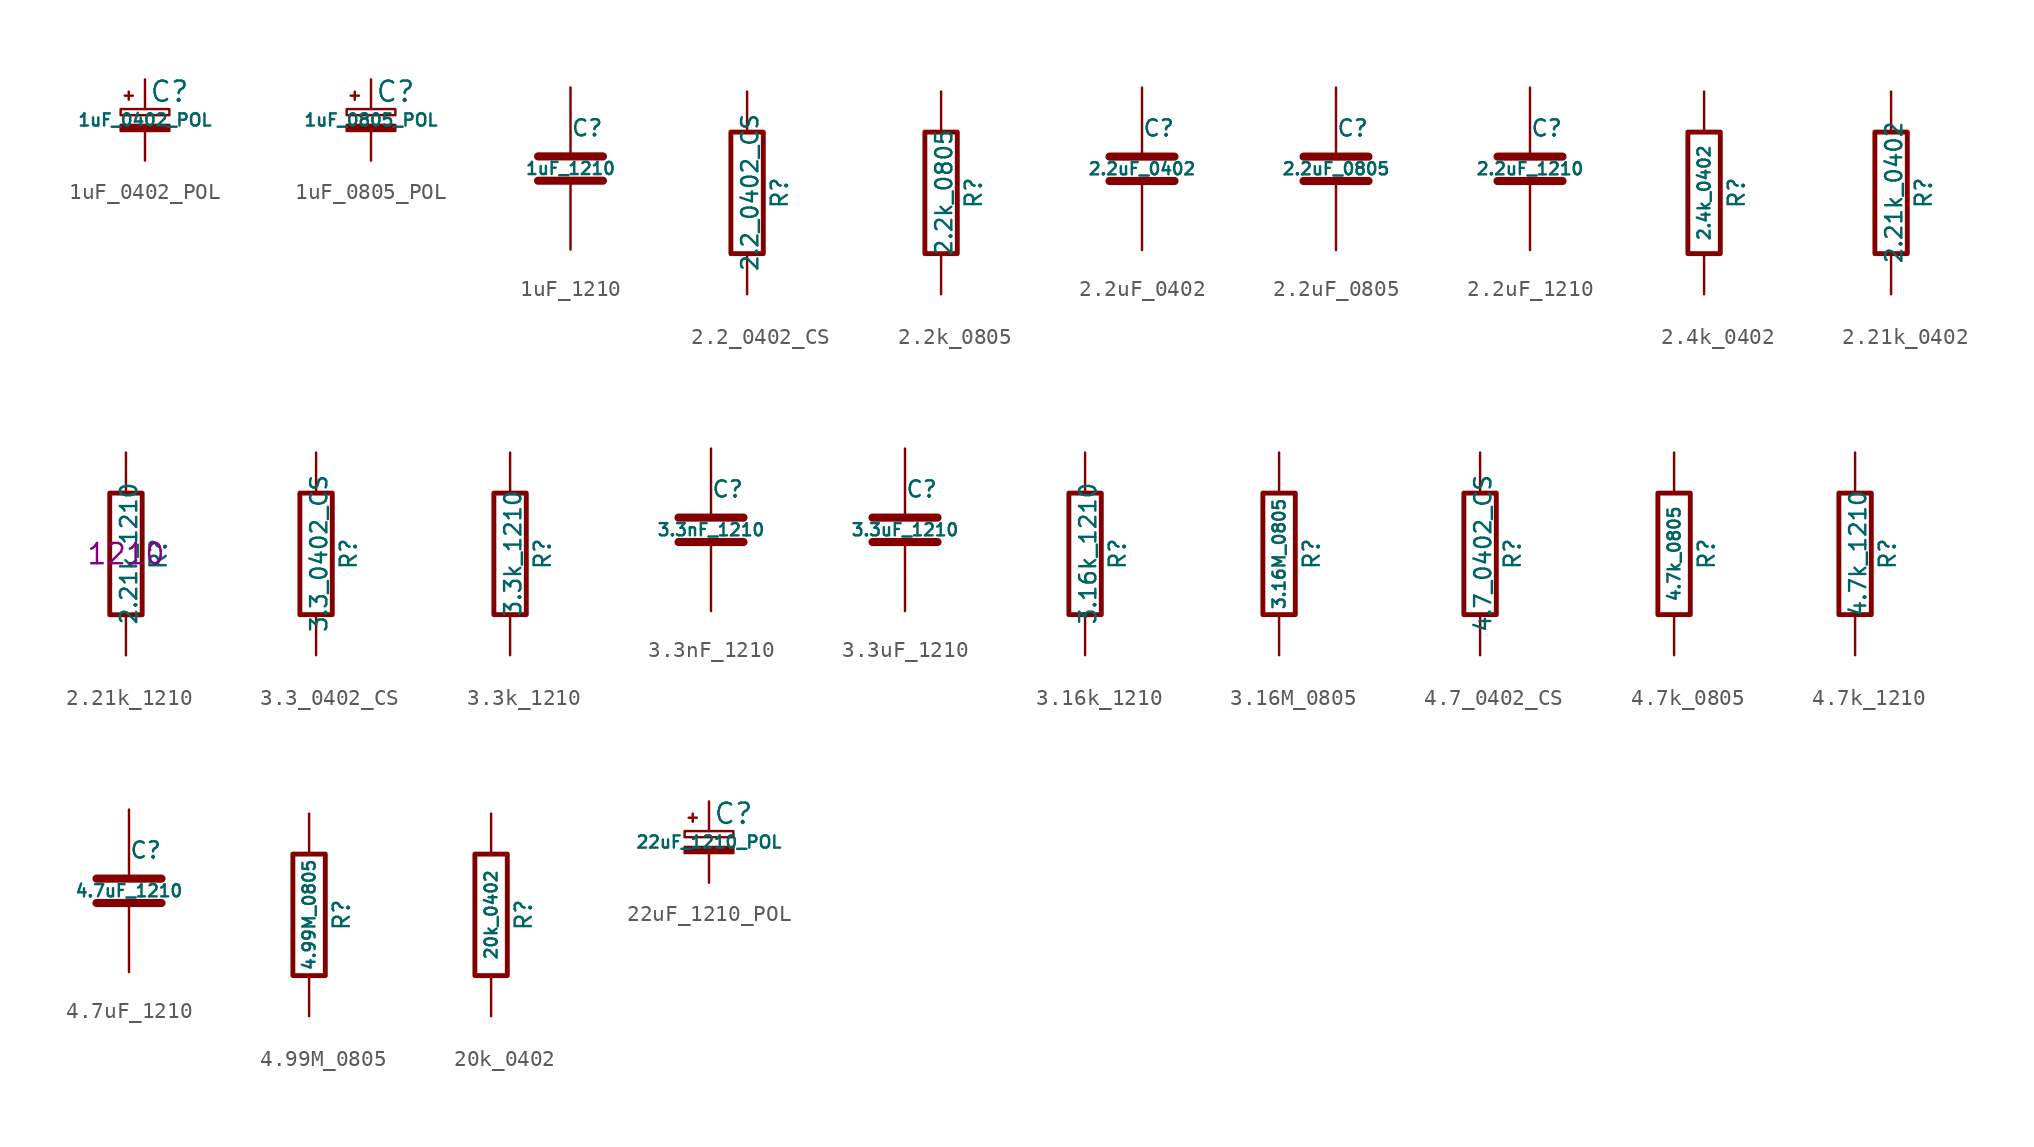
<source format=kicad_sym>
(kicad_symbol_lib
  (version 20211014)
  (generator kicad_symbol_editor)
  (symbol "1uF_0402_POL"
    (pin_numbers hide)
    (pin_names
      (offset 0.254) hide)
    (property "Reference" "C"
      (at 0.254 1.778 0)
      (effects (font (size 1.27 1.27)) (justify left)))
    (property "Value" "1uF_0402_POL"
      (at 0 0 0)
      (effects (font (size 0.762 0.762))))
    (symbol "1uF_0402_POL_0_1"
      (rectangle (start -1.524 -0.305) (end 1.524 -0.686) (stroke (width 0) (type default) (color 0 0 0 0)) (fill (type outline)))
      (rectangle (start -1.524 0.686) (end 1.524 0.305) (stroke (width 0) (type default) (color 0 0 0 0)) (fill (type none)))
      (polyline (pts (xy -1.27 1.524) (xy -0.762 1.524)) (stroke (width 0) (type default) (color 0 0 0 0)) (fill (type none)))
      (polyline (pts (xy -1.016 1.27) (xy -1.016 1.778)) (stroke (width 0) (type default) (color 0 0 0 0)) (fill (type none))))
    (symbol "1uF_0402_POL_1_1"
      (pin passive line (at 0 2.54 270) (length 1.854) (name "~" (effects (font (size 1.016 1.016)))) (number "1" (effects (font (size 1.016 1.016)))))
      (pin passive line (at 0 -2.54 90) (length 1.854) (name "~" (effects (font (size 1.016 1.016)))) (number "2" (effects (font (size 1.016 1.016)))))))
  (symbol "1uF_0805_POL"
    (pin_numbers hide)
    (pin_names
      (offset 0.254) hide)
    (property "Reference" "C"
      (at 0.254 1.778 0)
      (effects (font (size 1.27 1.27)) (justify left)))
    (property "Value" "1uF_0805_POL"
      (at 0 0 0)
      (effects (font (size 0.762 0.762))))
    (symbol "1uF_0805_POL_0_1"
      (rectangle (start -1.524 -0.305) (end 1.524 -0.686) (stroke (width 0) (type default) (color 0 0 0 0)) (fill (type outline)))
      (rectangle (start -1.524 0.686) (end 1.524 0.305) (stroke (width 0) (type default) (color 0 0 0 0)) (fill (type none)))
      (polyline (pts (xy -1.27 1.524) (xy -0.762 1.524)) (stroke (width 0) (type default) (color 0 0 0 0)) (fill (type none)))
      (polyline (pts (xy -1.016 1.27) (xy -1.016 1.778)) (stroke (width 0) (type default) (color 0 0 0 0)) (fill (type none))))
    (symbol "1uF_0805_POL_1_1"
      (pin passive line (at 0 2.54 270) (length 1.854) (name "~" (effects (font (size 1.016 1.016)))) (number "1" (effects (font (size 1.016 1.016)))))
      (pin passive line (at 0 -2.54 90) (length 1.854) (name "~" (effects (font (size 1.016 1.016)))) (number "2" (effects (font (size 1.016 1.016)))))))
  (symbol "1uF_1210"
    (pin_numbers hide)
    (pin_names
      (offset 0.254))
    (property "Reference" "C"
      (at 0 2.54 0)
      (effects (font (size 1.016 1.016)) (justify left)))
    (property "Value" "1uF_1210"
      (at 0 0 0)
      (effects (font (size 0.762 0.762))))
    (property "Datasheet" ""
      (at 0 0 0)
      (effects (font (size 1.524 1.524))))
    (symbol "1uF_1210_0_1"
      (polyline (pts (xy -2.032 -0.762) (xy 2.032 -0.762)) (stroke (width 0.508) (type default) (color 0 0 0 0)) (fill (type none)))
      (polyline (pts (xy -2.032 0.762) (xy 2.032 0.762)) (stroke (width 0.508) (type default) (color 0 0 0 0)) (fill (type none))))
    (symbol "1uF_1210_1_1"
      (pin passive line (at 0 5.08 270) (length 4.318) (name "~" (effects (font (size 1.016 1.016)))) (number "1" (effects (font (size 1.016 1.016)))))
      (pin passive line (at 0 -5.08 90) (length 4.318) (name "~" (effects (font (size 1.016 1.016)))) (number "2" (effects (font (size 1.016 1.016)))))))
  (symbol "2.2_0402_CS"
    (pin_numbers hide)
    (pin_names
      (offset 0))
    (property "Reference" "R"
      (at 2.032 0 90)
      (effects (font (size 1.016 1.016))))
    (property "Value" "2.2_0402_CS"
      (at 0.178 0.025 90)
      (effects (font (size 1.016 1.016))))
    (property "Datasheet" ""
      (at 0 0 0)
      (effects (font (size 0.762 0.762))))
    (symbol "2.2_0402_CS_0_1"
      (rectangle (start -1.016 3.81) (end 1.016 -3.81) (stroke (width 0.305) (type default) (color 0 0 0 0)) (fill (type none))))
    (symbol "2.2_0402_CS_1_1"
      (pin passive line (at 0 6.35 270) (length 2.54) (name "~" (effects (font (size 1.524 1.524)))) (number "1" (effects (font (size 1.524 1.524)))))
      (pin passive line (at 0 -6.35 90) (length 2.54) (name "~" (effects (font (size 1.524 1.524)))) (number "2" (effects (font (size 1.524 1.524)))))))
  (symbol "2.2k_0805"
    (pin_numbers hide)
    (pin_names
      (offset 0))
    (property "Reference" "R"
      (at 2.032 0 90)
      (effects (font (size 1.016 1.016))))
    (property "Value" "2.2k_0805"
      (at 0.178 0.025 90)
      (effects (font (size 1.016 1.016))))
    (property "Datasheet" ""
      (at 0 0 0)
      (effects (font (size 0.762 0.762))))
    (symbol "2.2k_0805_0_1"
      (rectangle (start -1.016 3.81) (end 1.016 -3.81) (stroke (width 0.305) (type default) (color 0 0 0 0)) (fill (type none))))
    (symbol "2.2k_0805_1_1"
      (pin passive line (at 0 6.35 270) (length 2.54) (name "~" (effects (font (size 1.524 1.524)))) (number "1" (effects (font (size 1.524 1.524)))))
      (pin passive line (at 0 -6.35 90) (length 2.54) (name "~" (effects (font (size 1.524 1.524)))) (number "2" (effects (font (size 1.524 1.524)))))))
  (symbol "2.2uF_0402"
    (pin_numbers hide)
    (pin_names
      (offset 0.254))
    (property "Reference" "C"
      (at 0 2.54 0)
      (effects (font (size 1.016 1.016)) (justify left)))
    (property "Value" "2.2uF_0402"
      (at 0 0 0)
      (effects (font (size 0.762 0.762))))
    (property "Datasheet" ""
      (at 0 0 0)
      (effects (font (size 1.524 1.524))))
    (symbol "2.2uF_0402_0_1"
      (polyline (pts (xy -2.032 -0.762) (xy 2.032 -0.762)) (stroke (width 0.508) (type default) (color 0 0 0 0)) (fill (type none)))
      (polyline (pts (xy -2.032 0.762) (xy 2.032 0.762)) (stroke (width 0.508) (type default) (color 0 0 0 0)) (fill (type none))))
    (symbol "2.2uF_0402_1_1"
      (pin passive line (at 0 5.08 270) (length 4.318) (name "~" (effects (font (size 1.016 1.016)))) (number "1" (effects (font (size 1.016 1.016)))))
      (pin passive line (at 0 -5.08 90) (length 4.318) (name "~" (effects (font (size 1.016 1.016)))) (number "2" (effects (font (size 1.016 1.016)))))))
  (symbol "2.2uF_0805"
    (pin_numbers hide)
    (pin_names
      (offset 0.254))
    (property "Reference" "C"
      (at 0 2.54 0)
      (effects (font (size 1.016 1.016)) (justify left)))
    (property "Value" "2.2uF_0805"
      (at 0 0 0)
      (effects (font (size 0.762 0.762))))
    (property "Datasheet" ""
      (at 0 0 0)
      (effects (font (size 1.524 1.524))))
    (symbol "2.2uF_0805_0_1"
      (polyline (pts (xy -2.032 -0.762) (xy 2.032 -0.762)) (stroke (width 0.508) (type default) (color 0 0 0 0)) (fill (type none)))
      (polyline (pts (xy -2.032 0.762) (xy 2.032 0.762)) (stroke (width 0.508) (type default) (color 0 0 0 0)) (fill (type none))))
    (symbol "2.2uF_0805_1_1"
      (pin passive line (at 0 5.08 270) (length 4.318) (name "~" (effects (font (size 1.016 1.016)))) (number "1" (effects (font (size 1.016 1.016)))))
      (pin passive line (at 0 -5.08 90) (length 4.318) (name "~" (effects (font (size 1.016 1.016)))) (number "2" (effects (font (size 1.016 1.016)))))))
  (symbol "2.2uF_1210"
    (pin_numbers hide)
    (pin_names
      (offset 0.254))
    (property "Reference" "C"
      (at 0 2.54 0)
      (effects (font (size 1.016 1.016)) (justify left)))
    (property "Value" "2.2uF_1210"
      (at 0 0 0)
      (effects (font (size 0.762 0.762))))
    (property "Datasheet" ""
      (at 0 0 0)
      (effects (font (size 1.524 1.524))))
    (symbol "2.2uF_1210_0_1"
      (polyline (pts (xy -2.032 -0.762) (xy 2.032 -0.762)) (stroke (width 0.508) (type default) (color 0 0 0 0)) (fill (type none)))
      (polyline (pts (xy -2.032 0.762) (xy 2.032 0.762)) (stroke (width 0.508) (type default) (color 0 0 0 0)) (fill (type none))))
    (symbol "2.2uF_1210_1_1"
      (pin passive line (at 0 5.08 270) (length 4.318) (name "~" (effects (font (size 1.016 1.016)))) (number "1" (effects (font (size 1.016 1.016)))))
      (pin passive line (at 0 -5.08 90) (length 4.318) (name "~" (effects (font (size 1.016 1.016)))) (number "2" (effects (font (size 1.016 1.016)))))))
  (symbol "2.4k_0402"
    (pin_numbers hide)
    (pin_names
      (offset 0))
    (property "Reference" "R"
      (at 2.032 0 90)
      (effects (font (size 1.016 1.016))))
    (property "Value" "2.4k_0402"
      (at 0 0 90)
      (effects (font (size 0.762 0.762))))
    (property "Datasheet" ""
      (at 2.032 0 90)
      (effects (font (size 0.762 0.762))))
    (symbol "2.4k_0402_0_1"
      (rectangle (start -1.016 3.81) (end 1.016 -3.81) (stroke (width 0.305) (type default) (color 0 0 0 0)) (fill (type none))))
    (symbol "2.4k_0402_1_1"
      (pin passive line (at 0 6.35 270) (length 2.54) (name "~" (effects (font (size 1.524 1.524)))) (number "1" (effects (font (size 1.524 1.524)))))
      (pin passive line (at 0 -6.35 90) (length 2.54) (name "~" (effects (font (size 1.524 1.524)))) (number "2" (effects (font (size 1.524 1.524)))))))
  (symbol "2.21k_0402"
    (pin_numbers hide)
    (pin_names
      (offset 0))
    (property "Reference" "R"
      (at 2.032 0 90)
      (effects (font (size 1.016 1.016))))
    (property "Value" "2.21k_0402"
      (at 0.178 0.025 90)
      (effects (font (size 1.016 1.016))))
    (property "Datasheet" ""
      (at 0 0 0)
      (effects (font (size 0.762 0.762))))
    (symbol "2.21k_0402_0_1"
      (rectangle (start -1.016 3.81) (end 1.016 -3.81) (stroke (width 0.305) (type default) (color 0 0 0 0)) (fill (type none))))
    (symbol "2.21k_0402_1_1"
      (pin passive line (at 0 6.35 270) (length 2.54) (name "~" (effects (font (size 1.524 1.524)))) (number "1" (effects (font (size 1.524 1.524)))))
      (pin passive line (at 0 -6.35 90) (length 2.54) (name "~" (effects (font (size 1.524 1.524)))) (number "2" (effects (font (size 1.524 1.524)))))))
  (symbol "2.21k_1210"
    (pin_numbers hide)
    (pin_names
      (offset 0))
    (property "Reference" "R"
      (at 2.032 0 90)
      (effects (font (size 1.016 1.016))))
    (property "Value" "2.21k_1210"
      (at 0.178 0.025 90)
      (effects (font (size 1.016 1.016))))
    (property "Datasheet" ""
      (at 0 0 0)
      (effects (font (size 0.762 0.762))))
    (property "Package" "1210"
      (at 0 0 0)
      (effects (font (size 1.27 1.27))))
    (symbol "2.21k_1210_0_1"
      (rectangle (start -1.016 3.81) (end 1.016 -3.81) (stroke (width 0.305) (type default) (color 0 0 0 0)) (fill (type none))))
    (symbol "2.21k_1210_1_1"
      (pin passive line (at 0 6.35 270) (length 2.54) (name "~" (effects (font (size 1.524 1.524)))) (number "1" (effects (font (size 1.524 1.524)))))
      (pin passive line (at 0 -6.35 90) (length 2.54) (name "~" (effects (font (size 1.524 1.524)))) (number "2" (effects (font (size 1.524 1.524)))))))
  (symbol "3.3_0402_CS"
    (pin_numbers hide)
    (pin_names
      (offset 0))
    (property "Reference" "R"
      (at 2.032 0 90)
      (effects (font (size 1.016 1.016))))
    (property "Value" "3.3_0402_CS"
      (at 0.178 0.025 90)
      (effects (font (size 1.016 1.016))))
    (symbol "3.3_0402_CS_0_1"
      (rectangle (start -1.016 3.81) (end 1.016 -3.81) (stroke (width 0.305) (type default) (color 0 0 0 0)) (fill (type none))))
    (symbol "3.3_0402_CS_1_1"
      (pin passive line (at 0 6.35 270) (length 2.54) (name "~" (effects (font (size 1.524 1.524)))) (number "1" (effects (font (size 1.524 1.524)))))
      (pin passive line (at 0 -6.35 90) (length 2.54) (name "~" (effects (font (size 1.524 1.524)))) (number "2" (effects (font (size 1.524 1.524)))))))
  (symbol "3.3k_1210"
    (pin_numbers hide)
    (pin_names
      (offset 0))
    (property "Reference" "R"
      (at 2.032 0 90)
      (effects (font (size 1.016 1.016))))
    (property "Value" "3.3k_1210"
      (at 0.178 0.025 90)
      (effects (font (size 1.016 1.016))))
    (property "Datasheet" ""
      (at 0 0 0)
      (effects (font (size 0.762 0.762))))
    (symbol "3.3k_1210_0_1"
      (rectangle (start -1.016 3.81) (end 1.016 -3.81) (stroke (width 0.305) (type default) (color 0 0 0 0)) (fill (type none))))
    (symbol "3.3k_1210_1_1"
      (pin passive line (at 0 6.35 270) (length 2.54) (name "~" (effects (font (size 1.524 1.524)))) (number "1" (effects (font (size 1.524 1.524)))))
      (pin passive line (at 0 -6.35 90) (length 2.54) (name "~" (effects (font (size 1.524 1.524)))) (number "2" (effects (font (size 1.524 1.524)))))))
  (symbol "3.3nF_1210"
    (pin_numbers hide)
    (pin_names
      (offset 0.254))
    (property "Reference" "C"
      (at 0 2.54 0)
      (effects (font (size 1.016 1.016)) (justify left)))
    (property "Value" "3.3nF_1210"
      (at 0 0 0)
      (effects (font (size 0.762 0.762))))
    (property "Datasheet" ""
      (at 0 0 0)
      (effects (font (size 1.524 1.524))))
    (symbol "3.3nF_1210_0_1"
      (polyline (pts (xy -2.032 -0.762) (xy 2.032 -0.762)) (stroke (width 0.508) (type default) (color 0 0 0 0)) (fill (type none)))
      (polyline (pts (xy -2.032 0.762) (xy 2.032 0.762)) (stroke (width 0.508) (type default) (color 0 0 0 0)) (fill (type none))))
    (symbol "3.3nF_1210_1_1"
      (pin passive line (at 0 5.08 270) (length 4.318) (name "~" (effects (font (size 1.016 1.016)))) (number "1" (effects (font (size 1.016 1.016)))))
      (pin passive line (at 0 -5.08 90) (length 4.318) (name "~" (effects (font (size 1.016 1.016)))) (number "2" (effects (font (size 1.016 1.016)))))))
  (symbol "3.3uF_1210"
    (pin_numbers hide)
    (pin_names
      (offset 0.254))
    (property "Reference" "C"
      (at 0 2.54 0)
      (effects (font (size 1.016 1.016)) (justify left)))
    (property "Value" "3.3uF_1210"
      (at 0 0 0)
      (effects (font (size 0.762 0.762))))
    (property "Datasheet" ""
      (at 0 0 0)
      (effects (font (size 1.524 1.524))))
    (symbol "3.3uF_1210_0_1"
      (polyline (pts (xy -2.032 -0.762) (xy 2.032 -0.762)) (stroke (width 0.508) (type default) (color 0 0 0 0)) (fill (type none)))
      (polyline (pts (xy -2.032 0.762) (xy 2.032 0.762)) (stroke (width 0.508) (type default) (color 0 0 0 0)) (fill (type none))))
    (symbol "3.3uF_1210_1_1"
      (pin passive line (at 0 5.08 270) (length 4.318) (name "~" (effects (font (size 1.016 1.016)))) (number "1" (effects (font (size 1.016 1.016)))))
      (pin passive line (at 0 -5.08 90) (length 4.318) (name "~" (effects (font (size 1.016 1.016)))) (number "2" (effects (font (size 1.016 1.016)))))))
  (symbol "3.16k_1210"
    (pin_numbers hide)
    (pin_names
      (offset 0))
    (property "Reference" "R"
      (at 2.032 0 90)
      (effects (font (size 1.016 1.016))))
    (property "Value" "3.16k_1210"
      (at 0.178 0.025 90)
      (effects (font (size 1.016 1.016))))
    (property "Datasheet" ""
      (at 0 0 0)
      (effects (font (size 0.762 0.762))))
    (symbol "3.16k_1210_0_1"
      (rectangle (start -1.016 3.81) (end 1.016 -3.81) (stroke (width 0.305) (type default) (color 0 0 0 0)) (fill (type none))))
    (symbol "3.16k_1210_1_1"
      (pin passive line (at 0 6.35 270) (length 2.54) (name "~" (effects (font (size 1.524 1.524)))) (number "1" (effects (font (size 1.524 1.524)))))
      (pin passive line (at 0 -6.35 90) (length 2.54) (name "~" (effects (font (size 1.524 1.524)))) (number "2" (effects (font (size 1.524 1.524)))))))
  (symbol "3.16M_0805"
    (pin_numbers hide)
    (pin_names
      (offset 0))
    (property "Reference" "R"
      (at 2.032 0 90)
      (effects (font (size 1.016 1.016))))
    (property "Value" "3.16M_0805"
      (at 0 0 90)
      (effects (font (size 0.762 0.762))))
    (property "Datasheet" ""
      (at 2.032 0 90)
      (effects (font (size 0.762 0.762))))
    (symbol "3.16M_0805_0_1"
      (rectangle (start -1.016 3.81) (end 1.016 -3.81) (stroke (width 0.305) (type default) (color 0 0 0 0)) (fill (type none))))
    (symbol "3.16M_0805_1_1"
      (pin passive line (at 0 6.35 270) (length 2.54) (name "~" (effects (font (size 1.524 1.524)))) (number "1" (effects (font (size 1.524 1.524)))))
      (pin passive line (at 0 -6.35 90) (length 2.54) (name "~" (effects (font (size 1.524 1.524)))) (number "2" (effects (font (size 1.524 1.524)))))))
  (symbol "4.7_0402_CS"
    (pin_numbers hide)
    (pin_names
      (offset 0))
    (property "Reference" "R"
      (at 2.032 0 90)
      (effects (font (size 1.016 1.016))))
    (property "Value" "4.7_0402_CS"
      (at 0.178 0.025 90)
      (effects (font (size 1.016 1.016))))
    (property "Datasheet" ""
      (at 0 0 0)
      (effects (font (size 0.762 0.762))))
    (symbol "4.7_0402_CS_0_1"
      (rectangle (start -1.016 3.81) (end 1.016 -3.81) (stroke (width 0.305) (type default) (color 0 0 0 0)) (fill (type none))))
    (symbol "4.7_0402_CS_1_1"
      (pin passive line (at 0 6.35 270) (length 2.54) (name "~" (effects (font (size 1.524 1.524)))) (number "1" (effects (font (size 1.524 1.524)))))
      (pin passive line (at 0 -6.35 90) (length 2.54) (name "~" (effects (font (size 1.524 1.524)))) (number "2" (effects (font (size 1.524 1.524)))))))
  (symbol "4.7k_0805"
    (pin_numbers hide)
    (pin_names
      (offset 0))
    (property "Reference" "R"
      (at 2.032 0 90)
      (effects (font (size 1.016 1.016))))
    (property "Value" "4.7k_0805"
      (at 0 0 90)
      (effects (font (size 0.762 0.762))))
    (property "Datasheet" ""
      (at 2.032 0 90)
      (effects (font (size 0.762 0.762))))
    (symbol "4.7k_0805_0_1"
      (rectangle (start -1.016 3.81) (end 1.016 -3.81) (stroke (width 0.305) (type default) (color 0 0 0 0)) (fill (type none))))
    (symbol "4.7k_0805_1_1"
      (pin passive line (at 0 6.35 270) (length 2.54) (name "~" (effects (font (size 1.524 1.524)))) (number "1" (effects (font (size 1.524 1.524)))))
      (pin passive line (at 0 -6.35 90) (length 2.54) (name "~" (effects (font (size 1.524 1.524)))) (number "2" (effects (font (size 1.524 1.524)))))))
  (symbol "4.7k_1210"
    (pin_numbers hide)
    (pin_names
      (offset 0))
    (property "Reference" "R"
      (at 2.032 0 90)
      (effects (font (size 1.016 1.016))))
    (property "Value" "4.7k_1210"
      (at 0.178 0.025 90)
      (effects (font (size 1.016 1.016))))
    (property "Datasheet" ""
      (at 0 0 0)
      (effects (font (size 0.762 0.762))))
    (symbol "4.7k_1210_0_1"
      (rectangle (start -1.016 3.81) (end 1.016 -3.81) (stroke (width 0.305) (type default) (color 0 0 0 0)) (fill (type none))))
    (symbol "4.7k_1210_1_1"
      (pin passive line (at 0 6.35 270) (length 2.54) (name "~" (effects (font (size 1.524 1.524)))) (number "1" (effects (font (size 1.524 1.524)))))
      (pin passive line (at 0 -6.35 90) (length 2.54) (name "~" (effects (font (size 1.524 1.524)))) (number "2" (effects (font (size 1.524 1.524)))))))
  (symbol "4.7uF_1210"
    (pin_numbers hide)
    (pin_names
      (offset 0.254))
    (property "Reference" "C"
      (at 0 2.54 0)
      (effects (font (size 1.016 1.016)) (justify left)))
    (property "Value" "4.7uF_1210"
      (at 0 0 0)
      (effects (font (size 0.762 0.762))))
    (property "Datasheet" ""
      (at 0 0 0)
      (effects (font (size 1.524 1.524))))
    (symbol "4.7uF_1210_0_1"
      (polyline (pts (xy -2.032 -0.762) (xy 2.032 -0.762)) (stroke (width 0.508) (type default) (color 0 0 0 0)) (fill (type none)))
      (polyline (pts (xy -2.032 0.762) (xy 2.032 0.762)) (stroke (width 0.508) (type default) (color 0 0 0 0)) (fill (type none))))
    (symbol "4.7uF_1210_1_1"
      (pin passive line (at 0 5.08 270) (length 4.318) (name "~" (effects (font (size 1.016 1.016)))) (number "1" (effects (font (size 1.016 1.016)))))
      (pin passive line (at 0 -5.08 90) (length 4.318) (name "~" (effects (font (size 1.016 1.016)))) (number "2" (effects (font (size 1.016 1.016)))))))
  (symbol "4.99M_0805"
    (pin_numbers hide)
    (pin_names
      (offset 0))
    (property "Reference" "R"
      (at 2.032 0 90)
      (effects (font (size 1.016 1.016))))
    (property "Value" "4.99M_0805"
      (at 0 0 90)
      (effects (font (size 0.762 0.762))))
    (property "Datasheet" ""
      (at 2.032 0 90)
      (effects (font (size 0.762 0.762))))
    (symbol "4.99M_0805_0_1"
      (rectangle (start -1.016 3.81) (end 1.016 -3.81) (stroke (width 0.305) (type default) (color 0 0 0 0)) (fill (type none))))
    (symbol "4.99M_0805_1_1"
      (pin passive line (at 0 6.35 270) (length 2.54) (name "~" (effects (font (size 1.524 1.524)))) (number "1" (effects (font (size 1.524 1.524)))))
      (pin passive line (at 0 -6.35 90) (length 2.54) (name "~" (effects (font (size 1.524 1.524)))) (number "2" (effects (font (size 1.524 1.524)))))))
  (symbol "20k_0402"
    (pin_numbers hide)
    (pin_names
      (offset 0))
    (property "Reference" "R"
      (at 2.032 0 90)
      (effects (font (size 1.016 1.016))))
    (property "Value" "20k_0402"
      (at 0 0 90)
      (effects (font (size 0.762 0.762))))
    (property "Datasheet" ""
      (at 2.032 0 90)
      (effects (font (size 0.762 0.762))))
    (symbol "20k_0402_0_1"
      (rectangle (start -1.016 3.81) (end 1.016 -3.81) (stroke (width 0.305) (type default) (color 0 0 0 0)) (fill (type none))))
    (symbol "20k_0402_1_1"
      (pin passive line (at 0 6.35 270) (length 2.54) (name "~" (effects (font (size 1.524 1.524)))) (number "1" (effects (font (size 1.524 1.524)))))
      (pin passive line (at 0 -6.35 90) (length 2.54) (name "~" (effects (font (size 1.524 1.524)))) (number "2" (effects (font (size 1.524 1.524)))))))
  (symbol "22uF_1210_POL"
    (pin_numbers hide)
    (pin_names
      (offset 0.254) hide)
    (property "Reference" "C"
      (at 0.254 1.778 0)
      (effects (font (size 1.27 1.27)) (justify left)))
    (property "Value" "22uF_1210_POL"
      (at 0 0 0)
      (effects (font (size 0.762 0.762))))
    (symbol "22uF_1210_POL_0_1"
      (rectangle (start -1.524 -0.305) (end 1.524 -0.686) (stroke (width 0) (type default) (color 0 0 0 0)) (fill (type outline)))
      (rectangle (start -1.524 0.686) (end 1.524 0.305) (stroke (width 0) (type default) (color 0 0 0 0)) (fill (type none)))
      (polyline (pts (xy -1.27 1.524) (xy -0.762 1.524)) (stroke (width 0) (type default) (color 0 0 0 0)) (fill (type none)))
      (polyline (pts (xy -1.016 1.27) (xy -1.016 1.778)) (stroke (width 0) (type default) (color 0 0 0 0)) (fill (type none))))
    (symbol "22uF_1210_POL_1_1"
      (pin passive line (at 0 2.54 270) (length 1.854) (name "~" (effects (font (size 1.016 1.016)))) (number "1" (effects (font (size 1.016 1.016)))))
      (pin passive line (at 0 -2.54 90) (length 1.854) (name "~" (effects (font (size 1.016 1.016)))) (number "2" (effects (font (size 1.016 1.016))))))))
</source>
